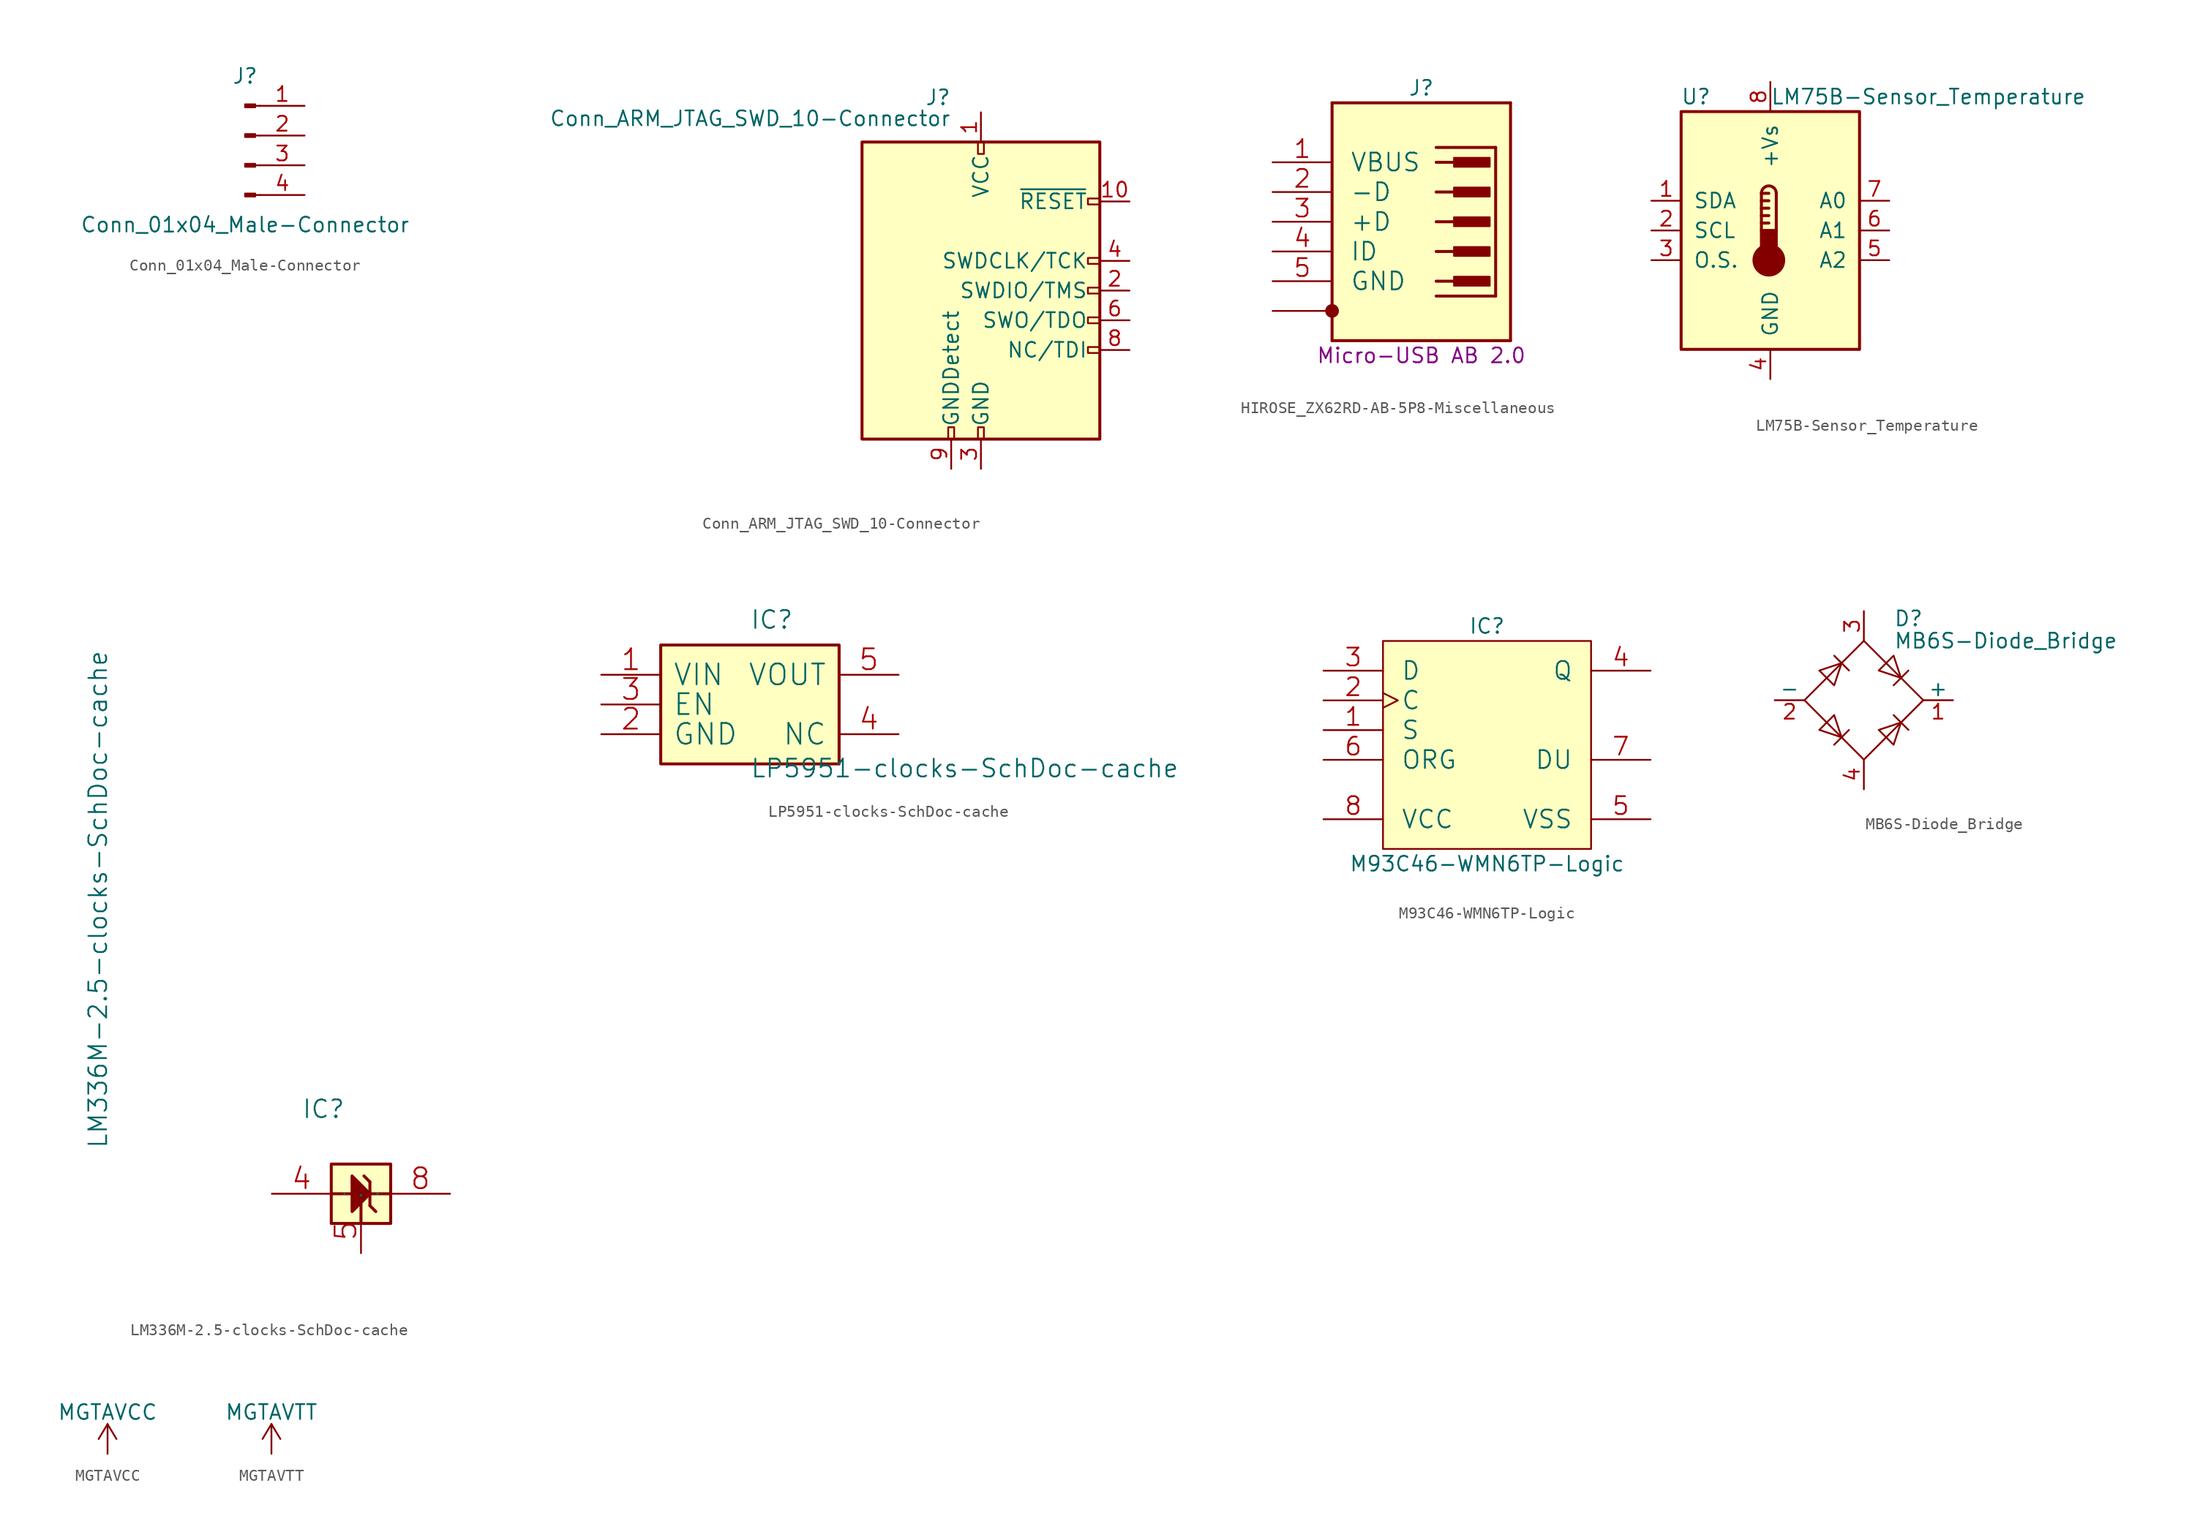
<source format=kicad_sym>
(kicad_symbol_lib
  (version 20211014)
  (generator kicad_symbol_editor)
  (symbol "Conn_01x04_Male-Connector"
    (pin_names
      (offset 1.016) hide)
    (property "Reference" "J"
      (at 0 5.08 0)
      (effects (font (size 1.27 1.27))))
    (property "Value" "Conn_01x04_Male-Connector"
      (at 0 -7.62 0)
      (effects (font (size 1.27 1.27))))
    (symbol "Conn_01x04_Male-Connector_1_1"
      (polyline (pts (xy 1.27 -5.08) (xy 0.864 -5.08)) (stroke (width 0.152) (type default) (color 0 0 0 0)) (fill (type none)))
      (polyline (pts (xy 1.27 -2.54) (xy 0.864 -2.54)) (stroke (width 0.152) (type default) (color 0 0 0 0)) (fill (type none)))
      (polyline (pts (xy 1.27 0) (xy 0.864 0)) (stroke (width 0.152) (type default) (color 0 0 0 0)) (fill (type none)))
      (polyline (pts (xy 1.27 2.54) (xy 0.864 2.54)) (stroke (width 0.152) (type default) (color 0 0 0 0)) (fill (type none)))
      (rectangle (start 0.864 -4.953) (end 0 -5.207) (stroke (width 0.152) (type default) (color 0 0 0 0)) (fill (type outline)))
      (rectangle (start 0.864 -2.413) (end 0 -2.667) (stroke (width 0.152) (type default) (color 0 0 0 0)) (fill (type outline)))
      (rectangle (start 0.864 0.127) (end 0 -0.127) (stroke (width 0.152) (type default) (color 0 0 0 0)) (fill (type outline)))
      (rectangle (start 0.864 2.667) (end 0 2.413) (stroke (width 0.152) (type default) (color 0 0 0 0)) (fill (type outline)))
      (pin passive line (at 5.08 2.54 180) (length 3.81) (name "Pin_1" (effects (font (size 1.27 1.27)))) (number "1" (effects (font (size 1.27 1.27)))))
      (pin passive line (at 5.08 0 180) (length 3.81) (name "Pin_2" (effects (font (size 1.27 1.27)))) (number "2" (effects (font (size 1.27 1.27)))))
      (pin passive line (at 5.08 -2.54 180) (length 3.81) (name "Pin_3" (effects (font (size 1.27 1.27)))) (number "3" (effects (font (size 1.27 1.27)))))
      (pin passive line (at 5.08 -5.08 180) (length 3.81) (name "Pin_4" (effects (font (size 1.27 1.27)))) (number "4" (effects (font (size 1.27 1.27)))))))
  (symbol "Conn_ARM_JTAG_SWD_10-Connector"
    (pin_names
      (offset 1.016))
    (property "Reference" "J"
      (at -2.54 16.51 0)
      (effects (font (size 1.27 1.27)) (justify right)))
    (property "Value" "Conn_ARM_JTAG_SWD_10-Connector"
      (at -2.54 13.97 0)
      (effects (font (size 1.27 1.27)) (justify right bottom)))
    (symbol "Conn_ARM_JTAG_SWD_10-Connector_0_1"
      (rectangle (start -10.16 12.7) (end 10.16 -12.7) (stroke (width 0.254) (type default) (color 0 0 0 0)) (fill (type background)))
      (rectangle (start -2.794 -12.7) (end -2.286 -11.684) (stroke (width 0) (type default) (color 0 0 0 0)) (fill (type none)))
      (rectangle (start -0.254 -12.7) (end 0.254 -11.684) (stroke (width 0) (type default) (color 0 0 0 0)) (fill (type none)))
      (rectangle (start -0.254 12.7) (end 0.254 11.684) (stroke (width 0) (type default) (color 0 0 0 0)) (fill (type none)))
      (rectangle (start 9.144 2.286) (end 10.16 2.794) (stroke (width 0) (type default) (color 0 0 0 0)) (fill (type none)))
      (rectangle (start 10.16 -2.794) (end 9.144 -2.286) (stroke (width 0) (type default) (color 0 0 0 0)) (fill (type none)))
      (rectangle (start 10.16 -0.254) (end 9.144 0.254) (stroke (width 0) (type default) (color 0 0 0 0)) (fill (type none)))
      (rectangle (start 10.16 7.874) (end 9.144 7.366) (stroke (width 0) (type default) (color 0 0 0 0)) (fill (type none))))
    (symbol "Conn_ARM_JTAG_SWD_10-Connector_1_1"
      (rectangle (start 9.144 -5.334) (end 10.16 -4.826) (stroke (width 0) (type default) (color 0 0 0 0)) (fill (type none)))
      (pin power_in line (at 0 15.24 270) (length 2.54) (name "VCC" (effects (font (size 1.27 1.27)))) (number "1" (effects (font (size 1.27 1.27)))))
      (pin open_collector line (at 12.7 7.62 180) (length 2.54) (name "~{RESET}" (effects (font (size 1.27 1.27)))) (number "10" (effects (font (size 1.27 1.27)))))
      (pin bidirectional line (at 12.7 0 180) (length 2.54) (name "SWDIO/TMS" (effects (font (size 1.27 1.27)))) (number "2" (effects (font (size 1.27 1.27)))))
      (pin power_in line (at 0 -15.24 90) (length 2.54) (name "GND" (effects (font (size 1.27 1.27)))) (number "3" (effects (font (size 1.27 1.27)))))
      (pin output line (at 12.7 2.54 180) (length 2.54) (name "SWDCLK/TCK" (effects (font (size 1.27 1.27)))) (number "4" (effects (font (size 1.27 1.27)))))
      (pin passive line (at 0 -15.24 90) (length 2.54) hide (name "GND" (effects (font (size 1.27 1.27)))) (number "5" (effects (font (size 1.27 1.27)))))
      (pin input line (at 12.7 -2.54 180) (length 2.54) (name "SWO/TDO" (effects (font (size 1.27 1.27)))) (number "6" (effects (font (size 1.27 1.27)))))
      (pin no_connect line (at -10.16 0 0) (length 2.54) hide (name "KEY" (effects (font (size 1.27 1.27)))) (number "7" (effects (font (size 1.27 1.27)))))
      (pin output line (at 12.7 -5.08 180) (length 2.54) (name "NC/TDI" (effects (font (size 1.27 1.27)))) (number "8" (effects (font (size 1.27 1.27)))))
      (pin input line (at -2.54 -15.24 90) (length 2.54) (name "GNDDetect" (effects (font (size 1.27 1.27)))) (number "9" (effects (font (size 1.27 1.27)))))))
  (symbol "HIROSE_ZX62RD-AB-5P8-Miscellaneous"
    (pin_names
      (offset 1.524))
    (property "Reference" "J"
      (at 7.62 1.27 0)
      (effects (font (size 1.27 1.27))))
    (property "~" "Micro-USB AB 2.0"
      (at 7.62 -21.59 0)
      (effects (font (size 1.27 1.27))))
    (property "ki_locked" ""
      (at 0 0 0)
      (effects (font (size 1.27 1.27))))
    (symbol "HIROSE_ZX62RD-AB-5P8-Miscellaneous_0_1"
      (rectangle (start 0 -20.32) (end 15.24 0) (stroke (width 0) (type default) (color 0 0 0 0)) (fill (type background)))
      (circle (center 0 -17.78) (radius 0.508) (stroke (width 0) (type default) (color 0 0 0 0)) (fill (type outline)))
      (polyline (pts (xy 0 -20.32) (xy 0 0)) (stroke (width 0.254) (type default) (color 0 0 0 0)) (fill (type none)))
      (polyline (pts (xy 0 -20.32) (xy 15.24 -20.32)) (stroke (width 0.254) (type default) (color 0 0 0 0)) (fill (type none)))
      (polyline (pts (xy 0 0) (xy 15.24 0)) (stroke (width 0.254) (type default) (color 0 0 0 0)) (fill (type none)))
      (polyline (pts (xy 8.89 -16.51) (xy 13.97 -16.51)) (stroke (width 0.254) (type default) (color 0 0 0 0)) (fill (type none)))
      (polyline (pts (xy 8.89 -15.24) (xy 11.43 -15.24)) (stroke (width 0.254) (type default) (color 0 0 0 0)) (fill (type none)))
      (polyline (pts (xy 8.89 -12.7) (xy 11.43 -12.7)) (stroke (width 0.254) (type default) (color 0 0 0 0)) (fill (type none)))
      (polyline (pts (xy 8.89 -10.16) (xy 11.43 -10.16)) (stroke (width 0.254) (type default) (color 0 0 0 0)) (fill (type none)))
      (polyline (pts (xy 8.89 -7.62) (xy 11.43 -7.62)) (stroke (width 0.254) (type default) (color 0 0 0 0)) (fill (type none)))
      (polyline (pts (xy 8.89 -5.08) (xy 11.43 -5.08)) (stroke (width 0.254) (type default) (color 0 0 0 0)) (fill (type none)))
      (polyline (pts (xy 8.89 -3.81) (xy 13.97 -3.81)) (stroke (width 0.254) (type default) (color 0 0 0 0)) (fill (type none)))
      (polyline (pts (xy 13.97 -16.51) (xy 13.97 -3.81)) (stroke (width 0.254) (type default) (color 0 0 0 0)) (fill (type none)))
      (polyline (pts (xy 15.24 0) (xy 15.24 -20.32)) (stroke (width 0.254) (type default) (color 0 0 0 0)) (fill (type none)))
      (rectangle (start 10.414 -15.621) (end 13.462 -14.859) (stroke (width 0) (type default) (color 0 0 0 0)) (fill (type outline)))
      (rectangle (start 10.414 -13.081) (end 13.462 -12.319) (stroke (width 0) (type default) (color 0 0 0 0)) (fill (type outline)))
      (rectangle (start 10.414 -10.541) (end 13.462 -9.779) (stroke (width 0) (type default) (color 0 0 0 0)) (fill (type outline)))
      (rectangle (start 10.414 -8.001) (end 13.462 -7.239) (stroke (width 0) (type default) (color 0 0 0 0)) (fill (type outline)))
      (rectangle (start 10.414 -5.461) (end 13.462 -4.699) (stroke (width 0) (type default) (color 0 0 0 0)) (fill (type outline)))
      (pin power_out line (at -5.08 -5.08 0) (length 5.08) (name "VBUS" (effects (font (size 1.524 1.524)))) (number "1" (effects (font (size 1.524 1.524)))))
      (pin bidirectional line (at -5.08 -7.62 0) (length 5.08) (name "-D" (effects (font (size 1.524 1.524)))) (number "2" (effects (font (size 1.524 1.524)))))
      (pin bidirectional line (at -5.08 -10.16 0) (length 5.08) (name "+D" (effects (font (size 1.524 1.524)))) (number "3" (effects (font (size 1.524 1.524)))))
      (pin passive line (at -5.08 -12.7 0) (length 5.08) (name "ID" (effects (font (size 1.524 1.524)))) (number "4" (effects (font (size 1.524 1.524)))))
      (pin power_in line (at -5.08 -15.24 0) (length 5.08) (name "GND" (effects (font (size 1.524 1.524)))) (number "5" (effects (font (size 1.524 1.524)))))
      (pin power_in line (at -5.08 -17.78 0) (length 5.08) (name "SH" (effects (font (size 0 0)))) (number "6" (effects (font (size 0 0)))))))
  (symbol "LM75B-Sensor_Temperature"
    (pin_names
      (offset 1.016))
    (property "Reference" "U"
      (at -6.35 11.43 0)
      (effects (font (size 1.27 1.27))))
    (property "Value" "LM75B-Sensor_Temperature"
      (at 0 11.43 0)
      (effects (font (size 1.27 1.27)) (justify left)))
    (symbol "LM75B-Sensor_Temperature_0_1"
      (rectangle (start -7.62 10.16) (end 7.62 -10.16) (stroke (width 0.254) (type default) (color 0 0 0 0)) (fill (type background)))
      (circle (center -0.127 -2.54) (radius 1.27) (stroke (width 0.254) (type default) (color 0 0 0 0)) (fill (type outline)))
      (polyline (pts (xy -0.762 0.635) (xy -0.127 0.635)) (stroke (width 0.254) (type default) (color 0 0 0 0)) (fill (type none)))
      (polyline (pts (xy -0.762 1.27) (xy -0.127 1.27)) (stroke (width 0.254) (type default) (color 0 0 0 0)) (fill (type none)))
      (polyline (pts (xy -0.762 1.905) (xy -0.127 1.905)) (stroke (width 0.254) (type default) (color 0 0 0 0)) (fill (type none)))
      (polyline (pts (xy -0.762 2.54) (xy -0.127 2.54)) (stroke (width 0.254) (type default) (color 0 0 0 0)) (fill (type none)))
      (polyline (pts (xy -0.762 3.175) (xy -0.762 0)) (stroke (width 0.254) (type default) (color 0 0 0 0)) (fill (type none)))
      (polyline (pts (xy -0.762 3.175) (xy -0.127 3.175)) (stroke (width 0.254) (type default) (color 0 0 0 0)) (fill (type none)))
      (polyline (pts (xy 0.508 3.175) (xy 0.508 0)) (stroke (width 0.254) (type default) (color 0 0 0 0)) (fill (type none)))
      (rectangle (start 0.508 -1.905) (end -0.762 0) (stroke (width 0.254) (type default) (color 0 0 0 0)) (fill (type outline)))
      (arc (start 0.508 3.175) (mid -0.127 3.81) (end -0.762 3.175) (stroke (width 0.254) (type default) (color 0 0 0 0)) (fill (type none))))
    (symbol "LM75B-Sensor_Temperature_1_1"
      (pin bidirectional line (at -10.16 2.54 0) (length 2.54) (name "SDA" (effects (font (size 1.27 1.27)))) (number "1" (effects (font (size 1.27 1.27)))))
      (pin input line (at -10.16 0 0) (length 2.54) (name "SCL" (effects (font (size 1.27 1.27)))) (number "2" (effects (font (size 1.27 1.27)))))
      (pin open_collector line (at -10.16 -2.54 0) (length 2.54) (name "O.S." (effects (font (size 1.27 1.27)))) (number "3" (effects (font (size 1.27 1.27)))))
      (pin power_in line (at 0 -12.7 90) (length 2.54) (name "GND" (effects (font (size 1.27 1.27)))) (number "4" (effects (font (size 1.27 1.27)))))
      (pin input line (at 10.16 -2.54 180) (length 2.54) (name "A2" (effects (font (size 1.27 1.27)))) (number "5" (effects (font (size 1.27 1.27)))))
      (pin input line (at 10.16 0 180) (length 2.54) (name "A1" (effects (font (size 1.27 1.27)))) (number "6" (effects (font (size 1.27 1.27)))))
      (pin input line (at 10.16 2.54 180) (length 2.54) (name "A0" (effects (font (size 1.27 1.27)))) (number "7" (effects (font (size 1.27 1.27)))))
      (pin power_in line (at 0 12.7 270) (length 2.54) (name "+Vs" (effects (font (size 1.27 1.27)))) (number "8" (effects (font (size 1.27 1.27)))))))
  (symbol "LM336M-2.5-clocks-SchDoc-cache"
    (pin_names
      (offset 1.016))
    (property "Reference" "IC"
      (at -2.54 3.81 0)
      (effects (font (size 1.524 1.524)) (justify left bottom)))
    (property "Value" "LM336M-2.5-clocks-SchDoc-cache"
      (at -19.05 1.27 90)
      (effects (font (size 1.524 1.524)) (justify left bottom)))
    (property "Footprint" ""
      (at 0 0 0)
      (effects (font (size 1.524 1.524))))
    (property "Datasheet" ""
      (at 0 0 0)
      (effects (font (size 1.524 1.524))))
    (symbol "LM336M-2.5-clocks-SchDoc-cache_0_1"
      (polyline (pts (xy 0 -2.54) (xy 5.08 -2.54)) (stroke (width 0.254) (type default) (color 0 0 0 0)) (fill (type none)))
      (polyline (pts (xy 2.54 -2.54) (xy 2.54 -5.08)) (stroke (width 0.254) (type default) (color 0 0 0 0)) (fill (type none)))
      (polyline (pts (xy 3.302 -1.524) (xy 2.794 -1.016)) (stroke (width 0.254) (type default) (color 0 0 0 0)) (fill (type none)))
      (polyline (pts (xy 3.302 -1.524) (xy 3.302 -3.556)) (stroke (width 0.254) (type default) (color 0 0 0 0)) (fill (type none)))
      (polyline (pts (xy 3.81 -4.064) (xy 3.302 -3.556)) (stroke (width 0.254) (type default) (color 0 0 0 0)) (fill (type none)))
      (polyline (pts (xy 1.778 -4.064) (xy 3.302 -2.54) (xy 1.778 -1.016) (xy 1.778 -4.064)) (stroke (width 0.254) (type default) (color 0 0 0 0)) (fill (type outline)))
      (rectangle (start 0 0) (end 5.08 -5.08) (stroke (width 0.254) (type default) (color 0 0 0 0)) (fill (type background)))
      (pin power_in line (at -5.08 -2.54 0) (length 5.08) (name "A" (effects (font (size 0.025 0.025)))) (number "4" (effects (font (size 1.778 1.778)))))
      (pin power_in line (at 2.54 -7.62 90) (length 3.81) (name "Adj" (effects (font (size 0.025 0.025)))) (number "5" (effects (font (size 1.778 1.778)))))
      (pin power_in line (at 10.16 -2.54 180) (length 5.08) (name "C" (effects (font (size 0.025 0.025)))) (number "8" (effects (font (size 1.778 1.778)))))))
  (symbol "LP5951-clocks-SchDoc-cache"
    (pin_names
      (offset 1.016))
    (property "Reference" "IC"
      (at 7.62 1.27 0)
      (effects (font (size 1.524 1.524)) (justify left bottom)))
    (property "Value" "LP5951-clocks-SchDoc-cache"
      (at 7.62 -11.43 0)
      (effects (font (size 1.524 1.524)) (justify left bottom)))
    (property "Footprint" ""
      (at 0 0 0)
      (effects (font (size 1.524 1.524))))
    (property "Datasheet" ""
      (at 0 0 0)
      (effects (font (size 1.524 1.524))))
    (symbol "LP5951-clocks-SchDoc-cache_0_1"
      (rectangle (start 0 -10.16) (end 15.24 0) (stroke (width 0.254) (type default) (color 0 0 0 0)) (fill (type background)))
      (pin power_in line (at -5.08 -2.54 0) (length 5.08) (name "VIN" (effects (font (size 1.778 1.778)))) (number "1" (effects (font (size 1.778 1.778)))))
      (pin power_in line (at -5.08 -7.62 0) (length 5.08) (name "GND" (effects (font (size 1.778 1.778)))) (number "2" (effects (font (size 1.778 1.778)))))
      (pin input line (at -5.08 -5.08 0) (length 5.08) (name "EN" (effects (font (size 1.778 1.778)))) (number "3" (effects (font (size 1.778 1.778)))))
      (pin passive line (at 20.32 -7.62 180) (length 5.08) (name "NC" (effects (font (size 1.778 1.778)))) (number "4" (effects (font (size 1.778 1.778)))))
      (pin power_in line (at 20.32 -2.54 180) (length 5.08) (name "VOUT" (effects (font (size 1.778 1.778)))) (number "5" (effects (font (size 1.778 1.778)))))))
  (symbol "M93C46-WMN6TP-Logic"
    (pin_names
      (offset 1.524))
    (property "Reference" "IC"
      (at 8.89 1.27 0)
      (effects (font (size 1.27 1.27))))
    (property "Value" "M93C46-WMN6TP-Logic"
      (at 8.89 -19.05 0)
      (effects (font (size 1.27 1.27))))
    (property "ki_locked" ""
      (at 0 0 0)
      (effects (font (size 1.27 1.27))))
    (symbol "M93C46-WMN6TP-Logic_0_1"
      (rectangle (start 0 -17.78) (end 17.78 0) (stroke (width 0) (type default) (color 0 0 0 0)) (fill (type background)))
      (pin input line (at -5.08 -7.62 0) (length 5.08) (name "S" (effects (font (size 1.524 1.524)))) (number "1" (effects (font (size 1.524 1.524)))))
      (pin input clock (at -5.08 -5.08 0) (length 5.08) (name "C" (effects (font (size 1.524 1.524)))) (number "2" (effects (font (size 1.524 1.524)))))
      (pin input line (at -5.08 -2.54 0) (length 5.08) (name "D" (effects (font (size 1.524 1.524)))) (number "3" (effects (font (size 1.524 1.524)))))
      (pin output line (at 22.86 -2.54 180) (length 5.08) (name "Q" (effects (font (size 1.524 1.524)))) (number "4" (effects (font (size 1.524 1.524)))))
      (pin power_in line (at 22.86 -15.24 180) (length 5.08) (name "VSS" (effects (font (size 1.524 1.524)))) (number "5" (effects (font (size 1.524 1.524)))))
      (pin input line (at -5.08 -10.16 0) (length 5.08) (name "ORG" (effects (font (size 1.524 1.524)))) (number "6" (effects (font (size 1.524 1.524)))))
      (pin passive line (at 22.86 -10.16 180) (length 5.08) (name "DU" (effects (font (size 1.524 1.524)))) (number "7" (effects (font (size 1.524 1.524)))))
      (pin power_in line (at -5.08 -15.24 0) (length 5.08) (name "VCC" (effects (font (size 1.524 1.524)))) (number "8" (effects (font (size 1.524 1.524)))))))
  (symbol "MB6S-Diode_Bridge"
    (pin_names
      (offset 0))
    (property "Reference" "D"
      (at 2.54 6.985 0)
      (effects (font (size 1.27 1.27)) (justify left)))
    (property "Value" "MB6S-Diode_Bridge"
      (at 2.54 5.08 0)
      (effects (font (size 1.27 1.27)) (justify left)))
    (symbol "MB6S-Diode_Bridge_0_1"
      (polyline (pts (xy -2.54 3.81) (xy -1.27 2.54)) (stroke (width 0) (type default) (color 0 0 0 0)) (fill (type none)))
      (polyline (pts (xy -1.27 -2.54) (xy -2.54 -3.81)) (stroke (width 0) (type default) (color 0 0 0 0)) (fill (type none)))
      (polyline (pts (xy 2.54 -1.27) (xy 3.81 -2.54)) (stroke (width 0) (type default) (color 0 0 0 0)) (fill (type none)))
      (polyline (pts (xy 2.54 1.27) (xy 3.81 2.54)) (stroke (width 0) (type default) (color 0 0 0 0)) (fill (type none)))
      (polyline (pts (xy -3.81 2.54) (xy -2.54 1.27) (xy -1.905 3.175) (xy -3.81 2.54)) (stroke (width 0) (type default) (color 0 0 0 0)) (fill (type none)))
      (polyline (pts (xy -2.54 -1.27) (xy -3.81 -2.54) (xy -1.905 -3.175) (xy -2.54 -1.27)) (stroke (width 0) (type default) (color 0 0 0 0)) (fill (type none)))
      (polyline (pts (xy 1.27 2.54) (xy 2.54 3.81) (xy 3.175 1.905) (xy 1.27 2.54)) (stroke (width 0) (type default) (color 0 0 0 0)) (fill (type none)))
      (polyline (pts (xy 3.175 -1.905) (xy 1.27 -2.54) (xy 2.54 -3.81) (xy 3.175 -1.905)) (stroke (width 0) (type default) (color 0 0 0 0)) (fill (type none)))
      (polyline (pts (xy -5.08 0) (xy 0 -5.08) (xy 5.08 0) (xy 0 5.08) (xy -5.08 0)) (stroke (width 0) (type default) (color 0 0 0 0)) (fill (type none))))
    (symbol "MB6S-Diode_Bridge_1_1"
      (pin passive line (at 7.62 0 180) (length 2.54) (name "+" (effects (font (size 1.27 1.27)))) (number "1" (effects (font (size 1.27 1.27)))))
      (pin passive line (at -7.62 0 0) (length 2.54) (name "-" (effects (font (size 1.27 1.27)))) (number "2" (effects (font (size 1.27 1.27)))))
      (pin passive line (at 0 7.62 270) (length 2.54) (name "~" (effects (font (size 1.27 1.27)))) (number "3" (effects (font (size 1.27 1.27)))))
      (pin passive line (at 0 -7.62 90) (length 2.54) (name "~" (effects (font (size 1.27 1.27)))) (number "4" (effects (font (size 1.27 1.27)))))))
  (symbol "MGTAVCC"
    (power)
    (pin_names
      (offset 0))
    (property "Reference" "#PWR"
      (at 0 -3.81 0)
      (effects (font (size 1.27 1.27)) hide))
    (property "Value" "MGTAVCC"
      (at 0 3.556 0)
      (effects (font (size 1.27 1.27))))
    (symbol "MGTAVCC_0_1"
      (polyline (pts (xy -0.762 1.27) (xy 0 2.54)) (stroke (width 0) (type default) (color 0 0 0 0)) (fill (type none)))
      (polyline (pts (xy 0 0) (xy 0 2.54)) (stroke (width 0) (type default) (color 0 0 0 0)) (fill (type none)))
      (polyline (pts (xy 0 2.54) (xy 0.762 1.27)) (stroke (width 0) (type default) (color 0 0 0 0)) (fill (type none))))
    (symbol "MGTAVCC_1_1"
      (pin power_in line (at 0 0 90) (length 0) hide (name "MGTAVCC" (effects (font (size 1.27 1.27)))) (number "1" (effects (font (size 1.27 1.27)))))))
  (symbol "MGTAVTT"
    (power)
    (pin_names
      (offset 0))
    (property "Reference" "#PWR"
      (at 0 -3.81 0)
      (effects (font (size 1.27 1.27)) hide))
    (property "Value" "MGTAVTT"
      (at 0 3.556 0)
      (effects (font (size 1.27 1.27))))
    (symbol "MGTAVTT_0_1"
      (polyline (pts (xy -0.762 1.27) (xy 0 2.54)) (stroke (width 0) (type default) (color 0 0 0 0)) (fill (type none)))
      (polyline (pts (xy 0 0) (xy 0 2.54)) (stroke (width 0) (type default) (color 0 0 0 0)) (fill (type none)))
      (polyline (pts (xy 0 2.54) (xy 0.762 1.27)) (stroke (width 0) (type default) (color 0 0 0 0)) (fill (type none))))
    (symbol "MGTAVTT_1_1"
      (pin power_in line (at 0 0 90) (length 0) hide (name "MGTAVTT" (effects (font (size 1.27 1.27)))) (number "1" (effects (font (size 1.27 1.27))))))))
</source>
